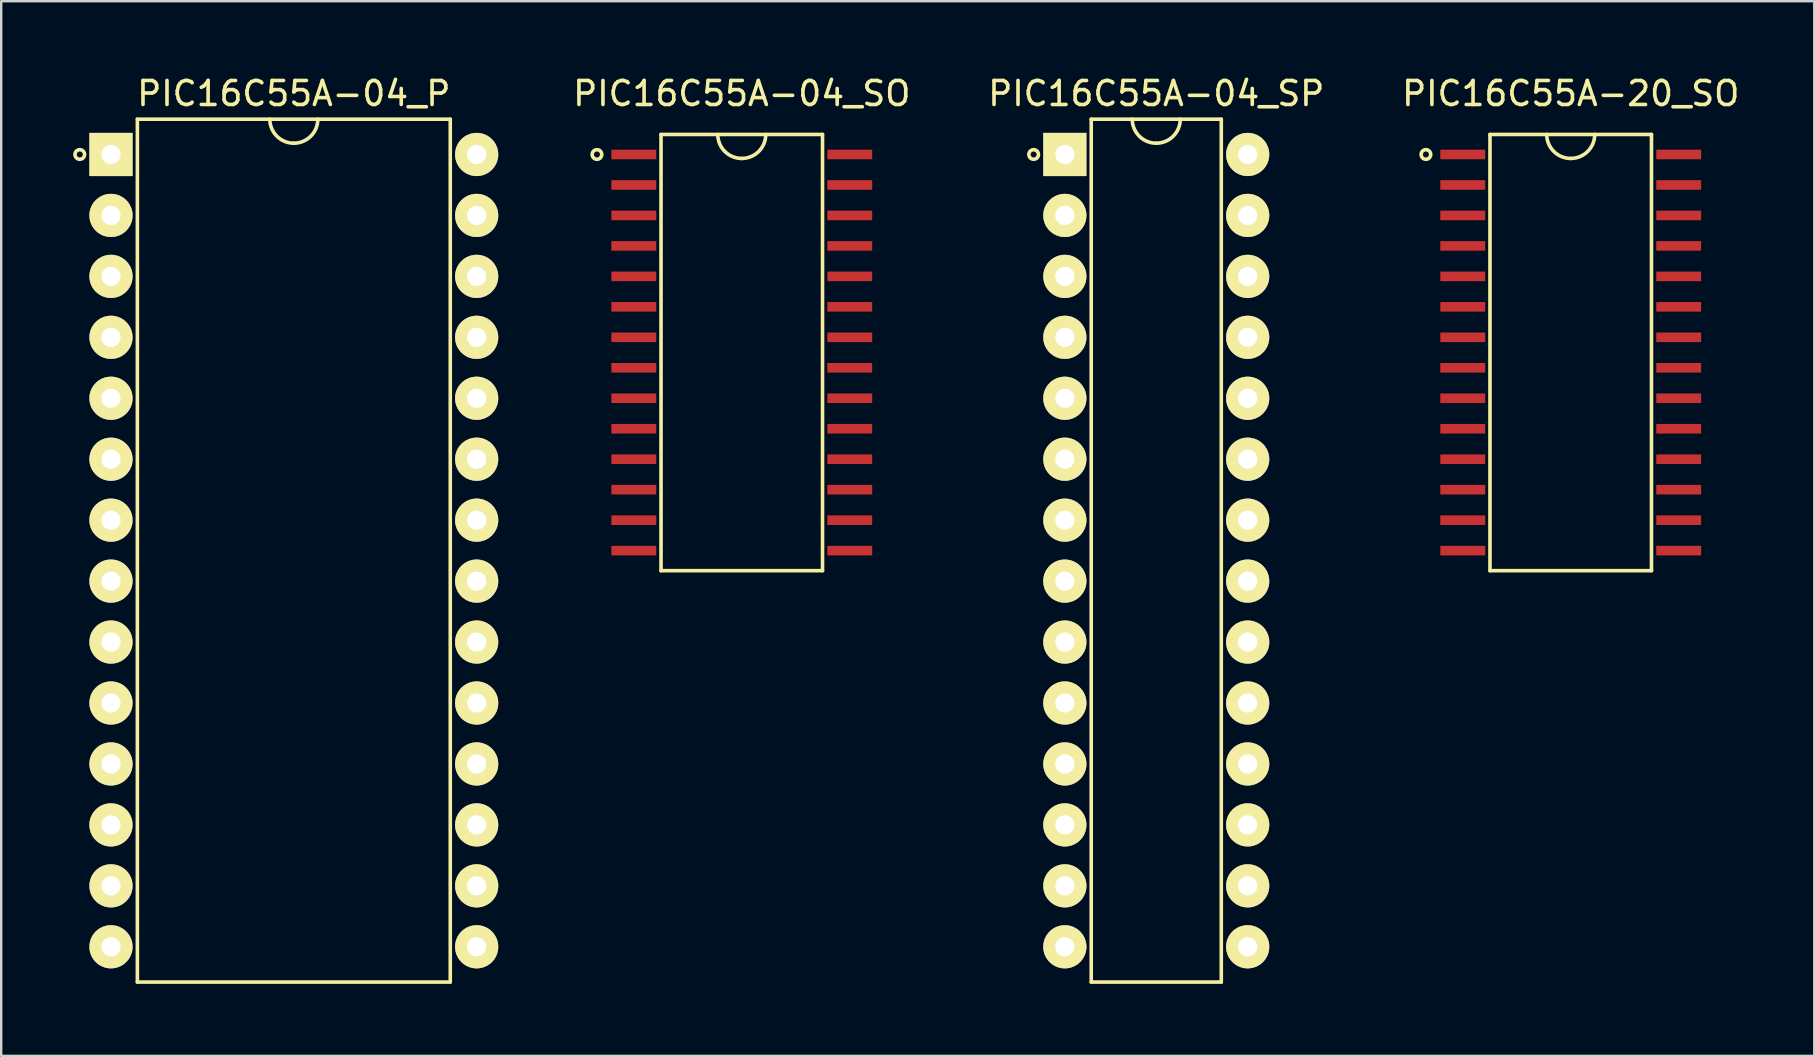
<source format=kicad_pcb>
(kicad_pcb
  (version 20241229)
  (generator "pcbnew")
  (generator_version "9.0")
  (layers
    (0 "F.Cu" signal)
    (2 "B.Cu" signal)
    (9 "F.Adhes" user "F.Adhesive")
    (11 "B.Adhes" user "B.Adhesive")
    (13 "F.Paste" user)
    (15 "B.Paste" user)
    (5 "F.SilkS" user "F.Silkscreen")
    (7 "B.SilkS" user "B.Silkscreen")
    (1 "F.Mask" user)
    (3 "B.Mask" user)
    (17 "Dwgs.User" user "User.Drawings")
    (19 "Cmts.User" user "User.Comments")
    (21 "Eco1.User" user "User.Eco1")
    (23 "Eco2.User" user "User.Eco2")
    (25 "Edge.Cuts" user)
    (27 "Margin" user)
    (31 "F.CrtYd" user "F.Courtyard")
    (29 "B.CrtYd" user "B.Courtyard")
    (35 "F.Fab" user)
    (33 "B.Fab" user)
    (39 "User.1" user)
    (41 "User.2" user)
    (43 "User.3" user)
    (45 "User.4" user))
  (footprint "PIC16C55A-20_SO"
    (layer "F.Cu")
    (at 57.911 3.388)
    (property "Reference" "PIC16C55A-20_SO" (at 4.5 -2.54 0) (layer "F.SilkS") (effects (font (size 1 1) (thickness 0.15))))
    (attr through_hole)
    (fp_line (start 1.135 -0.835) (end 7.865 -0.835) (stroke (width 0.15) (type solid)) (layer "F.SilkS"))
    (fp_line (start 1.135 17.345) (end 1.135 -0.835) (stroke (width 0.15) (type solid)) (layer "F.SilkS"))
    (fp_line (start 7.865 -0.835) (end 7.865 17.345) (stroke (width 0.15) (type solid)) (layer "F.SilkS"))
    (fp_line (start 7.865 17.345) (end 1.135 17.345) (stroke (width 0.15) (type solid)) (layer "F.SilkS"))
    (fp_arc (start 4.5 0.165) (mid 3.792893 -0.127893) (end 3.5 -0.835) (stroke (width 0.15) (type solid)) (layer "F.SilkS"))
    (fp_arc (start 5.5 -0.835) (mid 5.207107 -0.127893) (end 4.5 0.165) (stroke (width 0.15) (type solid)) (layer "F.SilkS"))
    (fp_circle (center -1.535 0) (end -1.535 0.2) (stroke (width 0.15) (type solid)) (fill no) (layer "F.SilkS"))
    (pad "1" smd rect (at 0 0) (size 1.87 0.4) (layers "F.Cu" "F.Mask" "F.Paste"))
    (pad "2" smd rect (at 0 1.27) (size 1.87 0.4) (layers "F.Cu" "F.Mask" "F.Paste"))
    (pad "3" smd rect (at 0 2.54) (size 1.87 0.4) (layers "F.Cu" "F.Mask" "F.Paste"))
    (pad "4" smd rect (at 0 3.81) (size 1.87 0.4) (layers "F.Cu" "F.Mask" "F.Paste"))
    (pad "5" smd rect (at 0 5.08) (size 1.87 0.4) (layers "F.Cu" "F.Mask" "F.Paste"))
    (pad "6" smd rect (at 0 6.35) (size 1.87 0.4) (layers "F.Cu" "F.Mask" "F.Paste"))
    (pad "7" smd rect (at 0 7.62) (size 1.87 0.4) (layers "F.Cu" "F.Mask" "F.Paste"))
    (pad "8" smd rect (at 0 8.89) (size 1.87 0.4) (layers "F.Cu" "F.Mask" "F.Paste"))
    (pad "9" smd rect (at 0 10.16) (size 1.87 0.4) (layers "F.Cu" "F.Mask" "F.Paste"))
    (pad "10" smd rect (at 0 11.43) (size 1.87 0.4) (layers "F.Cu" "F.Mask" "F.Paste"))
    (pad "11" smd rect (at 0 12.7) (size 1.87 0.4) (layers "F.Cu" "F.Mask" "F.Paste"))
    (pad "12" smd rect (at 0 13.97) (size 1.87 0.4) (layers "F.Cu" "F.Mask" "F.Paste"))
    (pad "13" smd rect (at 0 15.24) (size 1.87 0.4) (layers "F.Cu" "F.Mask" "F.Paste"))
    (pad "14" smd rect (at 0 16.51) (size 1.87 0.4) (layers "F.Cu" "F.Mask" "F.Paste"))
    (pad "15" smd rect (at 9 16.51) (size 1.87 0.4) (layers "F.Cu" "F.Mask" "F.Paste"))
    (pad "16" smd rect (at 9 15.24) (size 1.87 0.4) (layers "F.Cu" "F.Mask" "F.Paste"))
    (pad "17" smd rect (at 9 13.97) (size 1.87 0.4) (layers "F.Cu" "F.Mask" "F.Paste"))
    (pad "18" smd rect (at 9 12.7) (size 1.87 0.4) (layers "F.Cu" "F.Mask" "F.Paste"))
    (pad "19" smd rect (at 9 11.43) (size 1.87 0.4) (layers "F.Cu" "F.Mask" "F.Paste"))
    (pad "20" smd rect (at 9 10.16) (size 1.87 0.4) (layers "F.Cu" "F.Mask" "F.Paste"))
    (pad "21" smd rect (at 9 8.89) (size 1.87 0.4) (layers "F.Cu" "F.Mask" "F.Paste"))
    (pad "22" smd rect (at 9 7.62) (size 1.87 0.4) (layers "F.Cu" "F.Mask" "F.Paste"))
    (pad "23" smd rect (at 9 6.35) (size 1.87 0.4) (layers "F.Cu" "F.Mask" "F.Paste"))
    (pad "24" smd rect (at 9 5.08) (size 1.87 0.4) (layers "F.Cu" "F.Mask" "F.Paste"))
    (pad "25" smd rect (at 9 3.81) (size 1.87 0.4) (layers "F.Cu" "F.Mask" "F.Paste"))
    (pad "26" smd rect (at 9 2.54) (size 1.87 0.4) (layers "F.Cu" "F.Mask" "F.Paste"))
    (pad "27" smd rect (at 9 1.27) (size 1.87 0.4) (layers "F.Cu" "F.Mask" "F.Paste"))
    (pad "28" smd rect (at 9 0) (size 1.87 0.4) (layers "F.Cu" "F.Mask" "F.Paste")))
  (footprint "PIC16C55A-04_SP"
    (layer "F.Cu")
    (at 41.328 3.388)
    (property "Reference" "PIC16C55A-04_SP" (at 3.81 -2.54 0) (layer "F.SilkS") (effects (font (size 1 1) (thickness 0.15))))
    (attr through_hole)
    (fp_line (start 1.1 -1.47) (end 6.52 -1.47) (stroke (width 0.15) (type solid)) (layer "F.SilkS"))
    (fp_line (start 1.1 34.49) (end 1.1 -1.47) (stroke (width 0.15) (type solid)) (layer "F.SilkS"))
    (fp_line (start 6.52 -1.47) (end 6.52 34.49) (stroke (width 0.15) (type solid)) (layer "F.SilkS"))
    (fp_line (start 6.52 34.49) (end 1.1 34.49) (stroke (width 0.15) (type solid)) (layer "F.SilkS"))
    (fp_arc (start 3.81 -0.47) (mid 3.102893 -0.762893) (end 2.81 -1.47) (stroke (width 0.15) (type solid)) (layer "F.SilkS"))
    (fp_arc (start 4.81 -1.47) (mid 4.517107 -0.762893) (end 3.81 -0.47) (stroke (width 0.15) (type solid)) (layer "F.SilkS"))
    (fp_circle (center -1.3 0) (end -1.3 0.2) (stroke (width 0.15) (type solid)) (fill no) (layer "F.SilkS"))
    (pad "1" thru_hole rect (at 0 0) (size 1.8 1.8) (drill 0.8) (layers "*.Cu" "*.Mask" "F.SilkS"))
    (pad "2" thru_hole circle (at 0 2.54) (size 1.8 1.8) (drill 0.8) (layers "*.Cu" "*.Mask" "F.SilkS"))
    (pad "3" thru_hole circle (at 0 5.08) (size 1.8 1.8) (drill 0.8) (layers "*.Cu" "*.Mask" "F.SilkS"))
    (pad "4" thru_hole circle (at 0 7.62) (size 1.8 1.8) (drill 0.8) (layers "*.Cu" "*.Mask" "F.SilkS"))
    (pad "5" thru_hole circle (at 0 10.16) (size 1.8 1.8) (drill 0.8) (layers "*.Cu" "*.Mask" "F.SilkS"))
    (pad "6" thru_hole circle (at 0 12.7) (size 1.8 1.8) (drill 0.8) (layers "*.Cu" "*.Mask" "F.SilkS"))
    (pad "7" thru_hole circle (at 0 15.24) (size 1.8 1.8) (drill 0.8) (layers "*.Cu" "*.Mask" "F.SilkS"))
    (pad "8" thru_hole circle (at 0 17.78) (size 1.8 1.8) (drill 0.8) (layers "*.Cu" "*.Mask" "F.SilkS"))
    (pad "9" thru_hole circle (at 0 20.32) (size 1.8 1.8) (drill 0.8) (layers "*.Cu" "*.Mask" "F.SilkS"))
    (pad "10" thru_hole circle (at 0 22.86) (size 1.8 1.8) (drill 0.8) (layers "*.Cu" "*.Mask" "F.SilkS"))
    (pad "11" thru_hole circle (at 0 25.4) (size 1.8 1.8) (drill 0.8) (layers "*.Cu" "*.Mask" "F.SilkS"))
    (pad "12" thru_hole circle (at 0 27.94) (size 1.8 1.8) (drill 0.8) (layers "*.Cu" "*.Mask" "F.SilkS"))
    (pad "13" thru_hole circle (at 0 30.48) (size 1.8 1.8) (drill 0.8) (layers "*.Cu" "*.Mask" "F.SilkS"))
    (pad "14" thru_hole circle (at 0 33.02) (size 1.8 1.8) (drill 0.8) (layers "*.Cu" "*.Mask" "F.SilkS"))
    (pad "15" thru_hole circle (at 7.62 33.02) (size 1.8 1.8) (drill 0.8) (layers "*.Cu" "*.Mask" "F.SilkS"))
    (pad "16" thru_hole circle (at 7.62 30.48) (size 1.8 1.8) (drill 0.8) (layers "*.Cu" "*.Mask" "F.SilkS"))
    (pad "17" thru_hole circle (at 7.62 27.94) (size 1.8 1.8) (drill 0.8) (layers "*.Cu" "*.Mask" "F.SilkS"))
    (pad "18" thru_hole circle (at 7.62 25.4) (size 1.8 1.8) (drill 0.8) (layers "*.Cu" "*.Mask" "F.SilkS"))
    (pad "19" thru_hole circle (at 7.62 22.86) (size 1.8 1.8) (drill 0.8) (layers "*.Cu" "*.Mask" "F.SilkS"))
    (pad "20" thru_hole circle (at 7.62 20.32) (size 1.8 1.8) (drill 0.8) (layers "*.Cu" "*.Mask" "F.SilkS"))
    (pad "21" thru_hole circle (at 7.62 17.78) (size 1.8 1.8) (drill 0.8) (layers "*.Cu" "*.Mask" "F.SilkS"))
    (pad "22" thru_hole circle (at 7.62 15.24) (size 1.8 1.8) (drill 0.8) (layers "*.Cu" "*.Mask" "F.SilkS"))
    (pad "23" thru_hole circle (at 7.62 12.7) (size 1.8 1.8) (drill 0.8) (layers "*.Cu" "*.Mask" "F.SilkS"))
    (pad "24" thru_hole circle (at 7.62 10.16) (size 1.8 1.8) (drill 0.8) (layers "*.Cu" "*.Mask" "F.SilkS"))
    (pad "25" thru_hole circle (at 7.62 7.62) (size 1.8 1.8) (drill 0.8) (layers "*.Cu" "*.Mask" "F.SilkS"))
    (pad "26" thru_hole circle (at 7.62 5.08) (size 1.8 1.8) (drill 0.8) (layers "*.Cu" "*.Mask" "F.SilkS"))
    (pad "27" thru_hole circle (at 7.62 2.54) (size 1.8 1.8) (drill 0.8) (layers "*.Cu" "*.Mask" "F.SilkS"))
    (pad "28" thru_hole circle (at 7.62 0) (size 1.8 1.8) (drill 0.8) (layers "*.Cu" "*.Mask" "F.SilkS")))
  (footprint "PIC16C55A-04_P"
    (layer "F.Cu")
    (at 1.575 3.388)
    (property "Reference" "PIC16C55A-04_P" (at 7.62 -2.54 0) (layer "F.SilkS") (effects (font (size 1 1) (thickness 0.15))))
    (attr through_hole)
    (fp_line (start 1.1 -1.47) (end 14.14 -1.47) (stroke (width 0.15) (type solid)) (layer "F.SilkS"))
    (fp_line (start 1.1 34.49) (end 1.1 -1.47) (stroke (width 0.15) (type solid)) (layer "F.SilkS"))
    (fp_line (start 14.14 -1.47) (end 14.14 34.49) (stroke (width 0.15) (type solid)) (layer "F.SilkS"))
    (fp_line (start 14.14 34.49) (end 1.1 34.49) (stroke (width 0.15) (type solid)) (layer "F.SilkS"))
    (fp_arc (start 7.62 -0.47) (mid 6.912893 -0.762893) (end 6.62 -1.47) (stroke (width 0.15) (type solid)) (layer "F.SilkS"))
    (fp_arc (start 8.62 -1.47) (mid 8.327107 -0.762893) (end 7.62 -0.47) (stroke (width 0.15) (type solid)) (layer "F.SilkS"))
    (fp_circle (center -1.3 0) (end -1.3 0.2) (stroke (width 0.15) (type solid)) (fill no) (layer "F.SilkS"))
    (pad "1" thru_hole rect (at 0 0) (size 1.8 1.8) (drill 0.8) (layers "*.Cu" "*.Mask" "F.SilkS"))
    (pad "2" thru_hole circle (at 0 2.54) (size 1.8 1.8) (drill 0.8) (layers "*.Cu" "*.Mask" "F.SilkS"))
    (pad "3" thru_hole circle (at 0 5.08) (size 1.8 1.8) (drill 0.8) (layers "*.Cu" "*.Mask" "F.SilkS"))
    (pad "4" thru_hole circle (at 0 7.62) (size 1.8 1.8) (drill 0.8) (layers "*.Cu" "*.Mask" "F.SilkS"))
    (pad "5" thru_hole circle (at 0 10.16) (size 1.8 1.8) (drill 0.8) (layers "*.Cu" "*.Mask" "F.SilkS"))
    (pad "6" thru_hole circle (at 0 12.7) (size 1.8 1.8) (drill 0.8) (layers "*.Cu" "*.Mask" "F.SilkS"))
    (pad "7" thru_hole circle (at 0 15.24) (size 1.8 1.8) (drill 0.8) (layers "*.Cu" "*.Mask" "F.SilkS"))
    (pad "8" thru_hole circle (at 0 17.78) (size 1.8 1.8) (drill 0.8) (layers "*.Cu" "*.Mask" "F.SilkS"))
    (pad "9" thru_hole circle (at 0 20.32) (size 1.8 1.8) (drill 0.8) (layers "*.Cu" "*.Mask" "F.SilkS"))
    (pad "10" thru_hole circle (at 0 22.86) (size 1.8 1.8) (drill 0.8) (layers "*.Cu" "*.Mask" "F.SilkS"))
    (pad "11" thru_hole circle (at 0 25.4) (size 1.8 1.8) (drill 0.8) (layers "*.Cu" "*.Mask" "F.SilkS"))
    (pad "12" thru_hole circle (at 0 27.94) (size 1.8 1.8) (drill 0.8) (layers "*.Cu" "*.Mask" "F.SilkS"))
    (pad "13" thru_hole circle (at 0 30.48) (size 1.8 1.8) (drill 0.8) (layers "*.Cu" "*.Mask" "F.SilkS"))
    (pad "14" thru_hole circle (at 0 33.02) (size 1.8 1.8) (drill 0.8) (layers "*.Cu" "*.Mask" "F.SilkS"))
    (pad "15" thru_hole circle (at 15.24 33.02) (size 1.8 1.8) (drill 0.8) (layers "*.Cu" "*.Mask" "F.SilkS"))
    (pad "16" thru_hole circle (at 15.24 30.48) (size 1.8 1.8) (drill 0.8) (layers "*.Cu" "*.Mask" "F.SilkS"))
    (pad "17" thru_hole circle (at 15.24 27.94) (size 1.8 1.8) (drill 0.8) (layers "*.Cu" "*.Mask" "F.SilkS"))
    (pad "18" thru_hole circle (at 15.24 25.4) (size 1.8 1.8) (drill 0.8) (layers "*.Cu" "*.Mask" "F.SilkS"))
    (pad "19" thru_hole circle (at 15.24 22.86) (size 1.8 1.8) (drill 0.8) (layers "*.Cu" "*.Mask" "F.SilkS"))
    (pad "20" thru_hole circle (at 15.24 20.32) (size 1.8 1.8) (drill 0.8) (layers "*.Cu" "*.Mask" "F.SilkS"))
    (pad "21" thru_hole circle (at 15.24 17.78) (size 1.8 1.8) (drill 0.8) (layers "*.Cu" "*.Mask" "F.SilkS"))
    (pad "22" thru_hole circle (at 15.24 15.24) (size 1.8 1.8) (drill 0.8) (layers "*.Cu" "*.Mask" "F.SilkS"))
    (pad "23" thru_hole circle (at 15.24 12.7) (size 1.8 1.8) (drill 0.8) (layers "*.Cu" "*.Mask" "F.SilkS"))
    (pad "24" thru_hole circle (at 15.24 10.16) (size 1.8 1.8) (drill 0.8) (layers "*.Cu" "*.Mask" "F.SilkS"))
    (pad "25" thru_hole circle (at 15.24 7.62) (size 1.8 1.8) (drill 0.8) (layers "*.Cu" "*.Mask" "F.SilkS"))
    (pad "26" thru_hole circle (at 15.24 5.08) (size 1.8 1.8) (drill 0.8) (layers "*.Cu" "*.Mask" "F.SilkS"))
    (pad "27" thru_hole circle (at 15.24 2.54) (size 1.8 1.8) (drill 0.8) (layers "*.Cu" "*.Mask" "F.SilkS"))
    (pad "28" thru_hole circle (at 15.24 0) (size 1.8 1.8) (drill 0.8) (layers "*.Cu" "*.Mask" "F.SilkS")))
  (footprint "PIC16C55A-04_SO"
    (layer "F.Cu")
    (at 23.364 3.388)
    (property "Reference" "PIC16C55A-04_SO" (at 4.5 -2.54 0) (layer "F.SilkS") (effects (font (size 1 1) (thickness 0.15))))
    (attr through_hole)
    (fp_line (start 1.135 -0.835) (end 7.865 -0.835) (stroke (width 0.15) (type solid)) (layer "F.SilkS"))
    (fp_line (start 1.135 17.345) (end 1.135 -0.835) (stroke (width 0.15) (type solid)) (layer "F.SilkS"))
    (fp_line (start 7.865 -0.835) (end 7.865 17.345) (stroke (width 0.15) (type solid)) (layer "F.SilkS"))
    (fp_line (start 7.865 17.345) (end 1.135 17.345) (stroke (width 0.15) (type solid)) (layer "F.SilkS"))
    (fp_arc (start 4.5 0.165) (mid 3.792893 -0.127893) (end 3.5 -0.835) (stroke (width 0.15) (type solid)) (layer "F.SilkS"))
    (fp_arc (start 5.5 -0.835) (mid 5.207107 -0.127893) (end 4.5 0.165) (stroke (width 0.15) (type solid)) (layer "F.SilkS"))
    (fp_circle (center -1.535 0) (end -1.535 0.2) (stroke (width 0.15) (type solid)) (fill no) (layer "F.SilkS"))
    (pad "1" smd rect (at 0 0) (size 1.87 0.4) (layers "F.Cu" "F.Mask" "F.Paste"))
    (pad "2" smd rect (at 0 1.27) (size 1.87 0.4) (layers "F.Cu" "F.Mask" "F.Paste"))
    (pad "3" smd rect (at 0 2.54) (size 1.87 0.4) (layers "F.Cu" "F.Mask" "F.Paste"))
    (pad "4" smd rect (at 0 3.81) (size 1.87 0.4) (layers "F.Cu" "F.Mask" "F.Paste"))
    (pad "5" smd rect (at 0 5.08) (size 1.87 0.4) (layers "F.Cu" "F.Mask" "F.Paste"))
    (pad "6" smd rect (at 0 6.35) (size 1.87 0.4) (layers "F.Cu" "F.Mask" "F.Paste"))
    (pad "7" smd rect (at 0 7.62) (size 1.87 0.4) (layers "F.Cu" "F.Mask" "F.Paste"))
    (pad "8" smd rect (at 0 8.89) (size 1.87 0.4) (layers "F.Cu" "F.Mask" "F.Paste"))
    (pad "9" smd rect (at 0 10.16) (size 1.87 0.4) (layers "F.Cu" "F.Mask" "F.Paste"))
    (pad "10" smd rect (at 0 11.43) (size 1.87 0.4) (layers "F.Cu" "F.Mask" "F.Paste"))
    (pad "11" smd rect (at 0 12.7) (size 1.87 0.4) (layers "F.Cu" "F.Mask" "F.Paste"))
    (pad "12" smd rect (at 0 13.97) (size 1.87 0.4) (layers "F.Cu" "F.Mask" "F.Paste"))
    (pad "13" smd rect (at 0 15.24) (size 1.87 0.4) (layers "F.Cu" "F.Mask" "F.Paste"))
    (pad "14" smd rect (at 0 16.51) (size 1.87 0.4) (layers "F.Cu" "F.Mask" "F.Paste"))
    (pad "15" smd rect (at 9 16.51) (size 1.87 0.4) (layers "F.Cu" "F.Mask" "F.Paste"))
    (pad "16" smd rect (at 9 15.24) (size 1.87 0.4) (layers "F.Cu" "F.Mask" "F.Paste"))
    (pad "17" smd rect (at 9 13.97) (size 1.87 0.4) (layers "F.Cu" "F.Mask" "F.Paste"))
    (pad "18" smd rect (at 9 12.7) (size 1.87 0.4) (layers "F.Cu" "F.Mask" "F.Paste"))
    (pad "19" smd rect (at 9 11.43) (size 1.87 0.4) (layers "F.Cu" "F.Mask" "F.Paste"))
    (pad "20" smd rect (at 9 10.16) (size 1.87 0.4) (layers "F.Cu" "F.Mask" "F.Paste"))
    (pad "21" smd rect (at 9 8.89) (size 1.87 0.4) (layers "F.Cu" "F.Mask" "F.Paste"))
    (pad "22" smd rect (at 9 7.62) (size 1.87 0.4) (layers "F.Cu" "F.Mask" "F.Paste"))
    (pad "23" smd rect (at 9 6.35) (size 1.87 0.4) (layers "F.Cu" "F.Mask" "F.Paste"))
    (pad "24" smd rect (at 9 5.08) (size 1.87 0.4) (layers "F.Cu" "F.Mask" "F.Paste"))
    (pad "25" smd rect (at 9 3.81) (size 1.87 0.4) (layers "F.Cu" "F.Mask" "F.Paste"))
    (pad "26" smd rect (at 9 2.54) (size 1.87 0.4) (layers "F.Cu" "F.Mask" "F.Paste"))
    (pad "27" smd rect (at 9 1.27) (size 1.87 0.4) (layers "F.Cu" "F.Mask" "F.Paste"))
    (pad "28" smd rect (at 9 0) (size 1.87 0.4) (layers "F.Cu" "F.Mask" "F.Paste")))
  (gr_rect
    (start -3 -3)
    (end 72.56 40.953)
    (stroke (width 0.1) (type default))
    (fill no)
    (layer "Edge.Cuts")))
</source>
